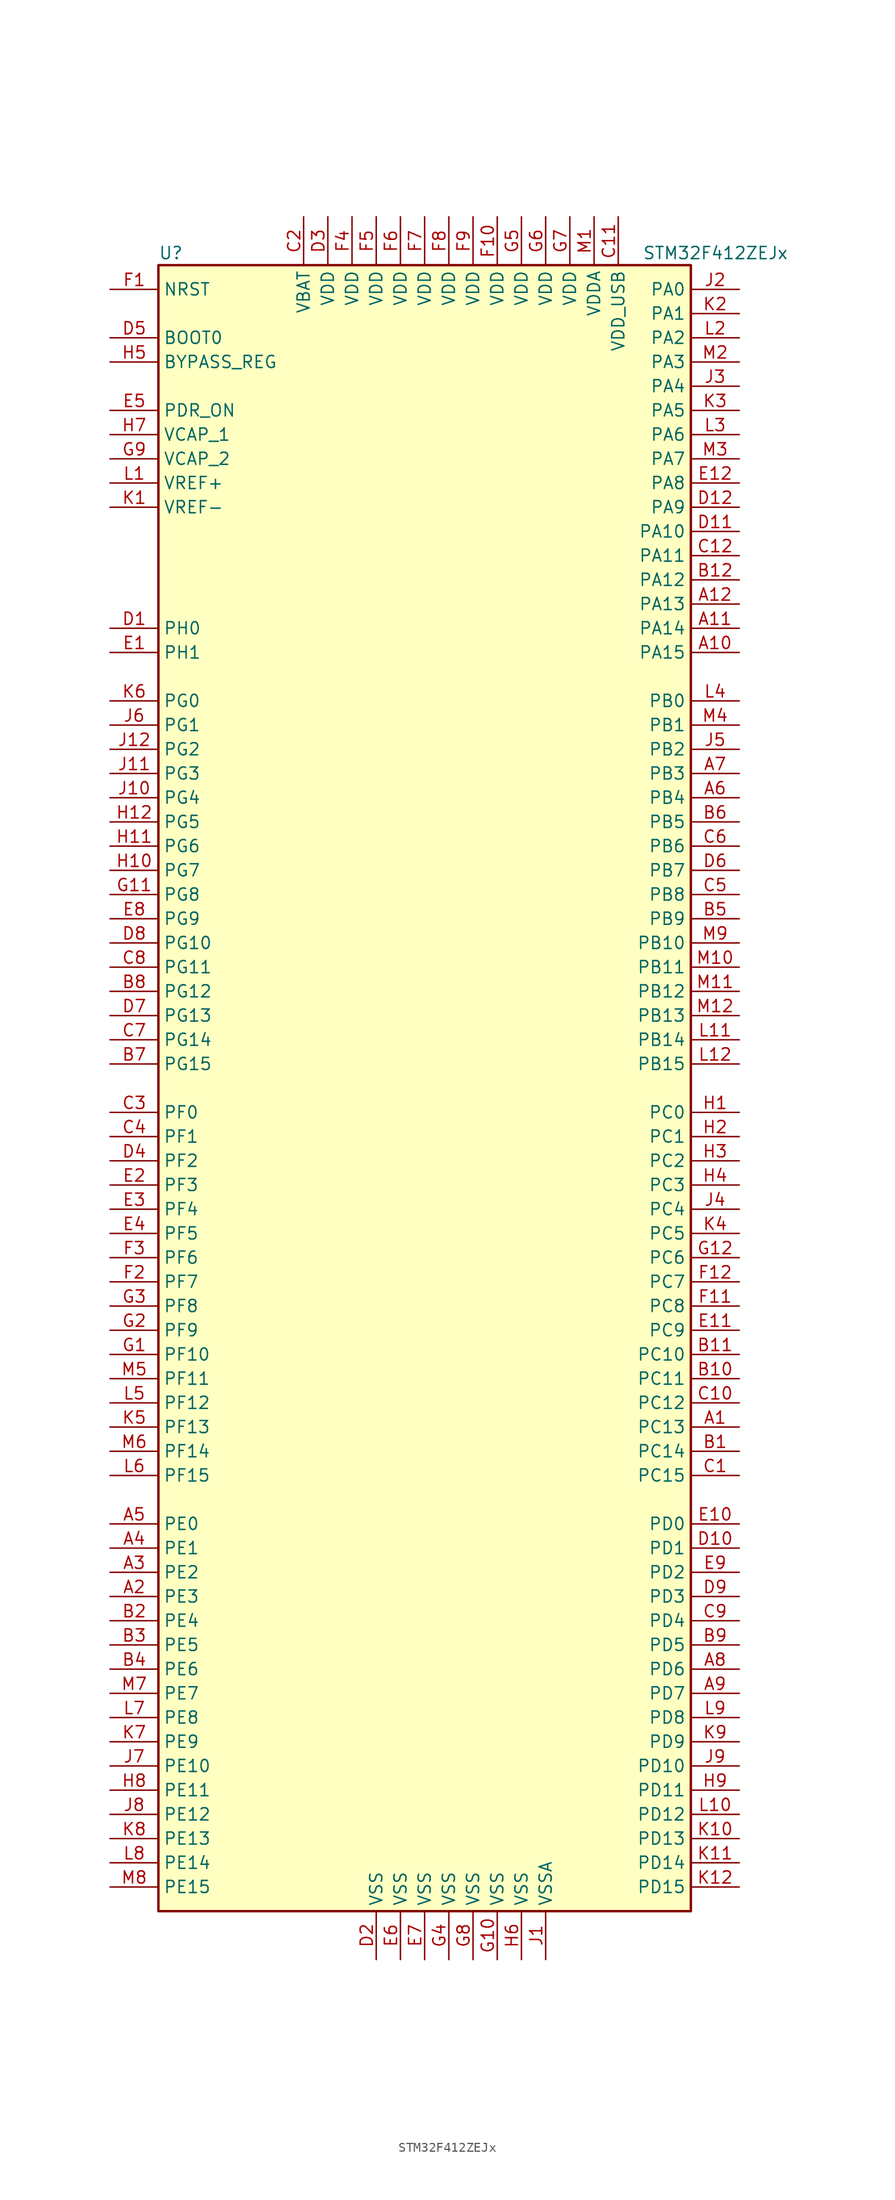
<source format=kicad_sym>
(kicad_symbol_lib
  (version 20201005)
  (generator kicad_symbol_editor)
  (symbol "STM32F412ZEJx"
    (property "Reference" "U"
      (at -27.94 87.63 0)
      (effects (font (size 1.27 1.27)) (justify left)))
    (property "Value" "STM32F412ZEJx"
      (at 22.86 87.63 0)
      (effects (font (size 1.27 1.27)) (justify left)))
    (symbol "STM32F412ZEJx_0_1"
      (rectangle (start -27.94 -86.36) (end 27.94 86.36) (stroke (width 0.254)) (fill (type background))))
    (symbol "STM32F412ZEJx_1_1"
      (pin bidirectional line (at 33.02 -35.56 180) (length 5.08) (name "PC13" (effects (font (size 1.27 1.27)))) (number "A1" (effects (font (size 1.27 1.27)))))
      (pin bidirectional line (at 33.02 45.72 180) (length 5.08) (name "PA15" (effects (font (size 1.27 1.27)))) (number "A10" (effects (font (size 1.27 1.27)))))
      (pin bidirectional line (at 33.02 48.26 180) (length 5.08) (name "PA14" (effects (font (size 1.27 1.27)))) (number "A11" (effects (font (size 1.27 1.27)))))
      (pin bidirectional line (at 33.02 50.8 180) (length 5.08) (name "PA13" (effects (font (size 1.27 1.27)))) (number "A12" (effects (font (size 1.27 1.27)))))
      (pin bidirectional line (at -33.02 -53.34 0) (length 5.08) (name "PE3" (effects (font (size 1.27 1.27)))) (number "A2" (effects (font (size 1.27 1.27)))))
      (pin bidirectional line (at -33.02 -50.8 0) (length 5.08) (name "PE2" (effects (font (size 1.27 1.27)))) (number "A3" (effects (font (size 1.27 1.27)))))
      (pin bidirectional line (at -33.02 -48.26 0) (length 5.08) (name "PE1" (effects (font (size 1.27 1.27)))) (number "A4" (effects (font (size 1.27 1.27)))))
      (pin bidirectional line (at -33.02 -45.72 0) (length 5.08) (name "PE0" (effects (font (size 1.27 1.27)))) (number "A5" (effects (font (size 1.27 1.27)))))
      (pin bidirectional line (at 33.02 30.48 180) (length 5.08) (name "PB4" (effects (font (size 1.27 1.27)))) (number "A6" (effects (font (size 1.27 1.27)))))
      (pin bidirectional line (at 33.02 33.02 180) (length 5.08) (name "PB3" (effects (font (size 1.27 1.27)))) (number "A7" (effects (font (size 1.27 1.27)))))
      (pin bidirectional line (at 33.02 -60.96 180) (length 5.08) (name "PD6" (effects (font (size 1.27 1.27)))) (number "A8" (effects (font (size 1.27 1.27)))))
      (pin bidirectional line (at 33.02 -63.5 180) (length 5.08) (name "PD7" (effects (font (size 1.27 1.27)))) (number "A9" (effects (font (size 1.27 1.27)))))
      (pin bidirectional line (at 33.02 -38.1 180) (length 5.08) (name "PC14" (effects (font (size 1.27 1.27)))) (number "B1" (effects (font (size 1.27 1.27)))))
      (pin bidirectional line (at 33.02 -30.48 180) (length 5.08) (name "PC11" (effects (font (size 1.27 1.27)))) (number "B10" (effects (font (size 1.27 1.27)))))
      (pin bidirectional line (at 33.02 -27.94 180) (length 5.08) (name "PC10" (effects (font (size 1.27 1.27)))) (number "B11" (effects (font (size 1.27 1.27)))))
      (pin bidirectional line (at 33.02 53.34 180) (length 5.08) (name "PA12" (effects (font (size 1.27 1.27)))) (number "B12" (effects (font (size 1.27 1.27)))))
      (pin bidirectional line (at -33.02 -55.88 0) (length 5.08) (name "PE4" (effects (font (size 1.27 1.27)))) (number "B2" (effects (font (size 1.27 1.27)))))
      (pin bidirectional line (at -33.02 -58.42 0) (length 5.08) (name "PE5" (effects (font (size 1.27 1.27)))) (number "B3" (effects (font (size 1.27 1.27)))))
      (pin bidirectional line (at -33.02 -60.96 0) (length 5.08) (name "PE6" (effects (font (size 1.27 1.27)))) (number "B4" (effects (font (size 1.27 1.27)))))
      (pin bidirectional line (at 33.02 17.78 180) (length 5.08) (name "PB9" (effects (font (size 1.27 1.27)))) (number "B5" (effects (font (size 1.27 1.27)))))
      (pin bidirectional line (at 33.02 27.94 180) (length 5.08) (name "PB5" (effects (font (size 1.27 1.27)))) (number "B6" (effects (font (size 1.27 1.27)))))
      (pin bidirectional line (at -33.02 2.54 0) (length 5.08) (name "PG15" (effects (font (size 1.27 1.27)))) (number "B7" (effects (font (size 1.27 1.27)))))
      (pin bidirectional line (at -33.02 10.16 0) (length 5.08) (name "PG12" (effects (font (size 1.27 1.27)))) (number "B8" (effects (font (size 1.27 1.27)))))
      (pin bidirectional line (at 33.02 -58.42 180) (length 5.08) (name "PD5" (effects (font (size 1.27 1.27)))) (number "B9" (effects (font (size 1.27 1.27)))))
      (pin bidirectional line (at 33.02 -40.64 180) (length 5.08) (name "PC15" (effects (font (size 1.27 1.27)))) (number "C1" (effects (font (size 1.27 1.27)))))
      (pin bidirectional line (at 33.02 -33.02 180) (length 5.08) (name "PC12" (effects (font (size 1.27 1.27)))) (number "C10" (effects (font (size 1.27 1.27)))))
      (pin power_in line (at 20.32 91.44 270) (length 5.08) (name "VDD_USB" (effects (font (size 1.27 1.27)))) (number "C11" (effects (font (size 1.27 1.27)))))
      (pin bidirectional line (at 33.02 55.88 180) (length 5.08) (name "PA11" (effects (font (size 1.27 1.27)))) (number "C12" (effects (font (size 1.27 1.27)))))
      (pin power_in line (at -12.7 91.44 270) (length 5.08) (name "VBAT" (effects (font (size 1.27 1.27)))) (number "C2" (effects (font (size 1.27 1.27)))))
      (pin bidirectional line (at -33.02 -2.54 0) (length 5.08) (name "PF0" (effects (font (size 1.27 1.27)))) (number "C3" (effects (font (size 1.27 1.27)))))
      (pin bidirectional line (at -33.02 -5.08 0) (length 5.08) (name "PF1" (effects (font (size 1.27 1.27)))) (number "C4" (effects (font (size 1.27 1.27)))))
      (pin bidirectional line (at 33.02 20.32 180) (length 5.08) (name "PB8" (effects (font (size 1.27 1.27)))) (number "C5" (effects (font (size 1.27 1.27)))))
      (pin bidirectional line (at 33.02 25.4 180) (length 5.08) (name "PB6" (effects (font (size 1.27 1.27)))) (number "C6" (effects (font (size 1.27 1.27)))))
      (pin bidirectional line (at -33.02 5.08 0) (length 5.08) (name "PG14" (effects (font (size 1.27 1.27)))) (number "C7" (effects (font (size 1.27 1.27)))))
      (pin bidirectional line (at -33.02 12.7 0) (length 5.08) (name "PG11" (effects (font (size 1.27 1.27)))) (number "C8" (effects (font (size 1.27 1.27)))))
      (pin bidirectional line (at 33.02 -55.88 180) (length 5.08) (name "PD4" (effects (font (size 1.27 1.27)))) (number "C9" (effects (font (size 1.27 1.27)))))
      (pin input line (at -33.02 48.26 0) (length 5.08) (name "PH0" (effects (font (size 1.27 1.27)))) (number "D1" (effects (font (size 1.27 1.27)))))
      (pin bidirectional line (at 33.02 -48.26 180) (length 5.08) (name "PD1" (effects (font (size 1.27 1.27)))) (number "D10" (effects (font (size 1.27 1.27)))))
      (pin bidirectional line (at 33.02 58.42 180) (length 5.08) (name "PA10" (effects (font (size 1.27 1.27)))) (number "D11" (effects (font (size 1.27 1.27)))))
      (pin bidirectional line (at 33.02 60.96 180) (length 5.08) (name "PA9" (effects (font (size 1.27 1.27)))) (number "D12" (effects (font (size 1.27 1.27)))))
      (pin power_in line (at -5.08 -91.44 90) (length 5.08) (name "VSS" (effects (font (size 1.27 1.27)))) (number "D2" (effects (font (size 1.27 1.27)))))
      (pin power_in line (at -10.16 91.44 270) (length 5.08) (name "VDD" (effects (font (size 1.27 1.27)))) (number "D3" (effects (font (size 1.27 1.27)))))
      (pin bidirectional line (at -33.02 -7.62 0) (length 5.08) (name "PF2" (effects (font (size 1.27 1.27)))) (number "D4" (effects (font (size 1.27 1.27)))))
      (pin input line (at -33.02 78.74 0) (length 5.08) (name "BOOT0" (effects (font (size 1.27 1.27)))) (number "D5" (effects (font (size 1.27 1.27)))))
      (pin bidirectional line (at 33.02 22.86 180) (length 5.08) (name "PB7" (effects (font (size 1.27 1.27)))) (number "D6" (effects (font (size 1.27 1.27)))))
      (pin bidirectional line (at -33.02 7.62 0) (length 5.08) (name "PG13" (effects (font (size 1.27 1.27)))) (number "D7" (effects (font (size 1.27 1.27)))))
      (pin bidirectional line (at -33.02 15.24 0) (length 5.08) (name "PG10" (effects (font (size 1.27 1.27)))) (number "D8" (effects (font (size 1.27 1.27)))))
      (pin bidirectional line (at 33.02 -53.34 180) (length 5.08) (name "PD3" (effects (font (size 1.27 1.27)))) (number "D9" (effects (font (size 1.27 1.27)))))
      (pin input line (at -33.02 45.72 0) (length 5.08) (name "PH1" (effects (font (size 1.27 1.27)))) (number "E1" (effects (font (size 1.27 1.27)))))
      (pin bidirectional line (at 33.02 -45.72 180) (length 5.08) (name "PD0" (effects (font (size 1.27 1.27)))) (number "E10" (effects (font (size 1.27 1.27)))))
      (pin bidirectional line (at 33.02 -25.4 180) (length 5.08) (name "PC9" (effects (font (size 1.27 1.27)))) (number "E11" (effects (font (size 1.27 1.27)))))
      (pin bidirectional line (at 33.02 63.5 180) (length 5.08) (name "PA8" (effects (font (size 1.27 1.27)))) (number "E12" (effects (font (size 1.27 1.27)))))
      (pin bidirectional line (at -33.02 -10.16 0) (length 5.08) (name "PF3" (effects (font (size 1.27 1.27)))) (number "E2" (effects (font (size 1.27 1.27)))))
      (pin bidirectional line (at -33.02 -12.7 0) (length 5.08) (name "PF4" (effects (font (size 1.27 1.27)))) (number "E3" (effects (font (size 1.27 1.27)))))
      (pin bidirectional line (at -33.02 -15.24 0) (length 5.08) (name "PF5" (effects (font (size 1.27 1.27)))) (number "E4" (effects (font (size 1.27 1.27)))))
      (pin power_in line (at -33.02 71.12 0) (length 5.08) (name "PDR_ON" (effects (font (size 1.27 1.27)))) (number "E5" (effects (font (size 1.27 1.27)))))
      (pin power_in line (at -2.54 -91.44 90) (length 5.08) (name "VSS" (effects (font (size 1.27 1.27)))) (number "E6" (effects (font (size 1.27 1.27)))))
      (pin power_in line (at 0 -91.44 90) (length 5.08) (name "VSS" (effects (font (size 1.27 1.27)))) (number "E7" (effects (font (size 1.27 1.27)))))
      (pin bidirectional line (at -33.02 17.78 0) (length 5.08) (name "PG9" (effects (font (size 1.27 1.27)))) (number "E8" (effects (font (size 1.27 1.27)))))
      (pin bidirectional line (at 33.02 -50.8 180) (length 5.08) (name "PD2" (effects (font (size 1.27 1.27)))) (number "E9" (effects (font (size 1.27 1.27)))))
      (pin input line (at -33.02 83.82 0) (length 5.08) (name "NRST" (effects (font (size 1.27 1.27)))) (number "F1" (effects (font (size 1.27 1.27)))))
      (pin power_in line (at 7.62 91.44 270) (length 5.08) (name "VDD" (effects (font (size 1.27 1.27)))) (number "F10" (effects (font (size 1.27 1.27)))))
      (pin bidirectional line (at 33.02 -22.86 180) (length 5.08) (name "PC8" (effects (font (size 1.27 1.27)))) (number "F11" (effects (font (size 1.27 1.27)))))
      (pin bidirectional line (at 33.02 -20.32 180) (length 5.08) (name "PC7" (effects (font (size 1.27 1.27)))) (number "F12" (effects (font (size 1.27 1.27)))))
      (pin bidirectional line (at -33.02 -20.32 0) (length 5.08) (name "PF7" (effects (font (size 1.27 1.27)))) (number "F2" (effects (font (size 1.27 1.27)))))
      (pin bidirectional line (at -33.02 -17.78 0) (length 5.08) (name "PF6" (effects (font (size 1.27 1.27)))) (number "F3" (effects (font (size 1.27 1.27)))))
      (pin power_in line (at -7.62 91.44 270) (length 5.08) (name "VDD" (effects (font (size 1.27 1.27)))) (number "F4" (effects (font (size 1.27 1.27)))))
      (pin power_in line (at -5.08 91.44 270) (length 5.08) (name "VDD" (effects (font (size 1.27 1.27)))) (number "F5" (effects (font (size 1.27 1.27)))))
      (pin power_in line (at -2.54 91.44 270) (length 5.08) (name "VDD" (effects (font (size 1.27 1.27)))) (number "F6" (effects (font (size 1.27 1.27)))))
      (pin power_in line (at 0 91.44 270) (length 5.08) (name "VDD" (effects (font (size 1.27 1.27)))) (number "F7" (effects (font (size 1.27 1.27)))))
      (pin power_in line (at 2.54 91.44 270) (length 5.08) (name "VDD" (effects (font (size 1.27 1.27)))) (number "F8" (effects (font (size 1.27 1.27)))))
      (pin power_in line (at 5.08 91.44 270) (length 5.08) (name "VDD" (effects (font (size 1.27 1.27)))) (number "F9" (effects (font (size 1.27 1.27)))))
      (pin bidirectional line (at -33.02 -27.94 0) (length 5.08) (name "PF10" (effects (font (size 1.27 1.27)))) (number "G1" (effects (font (size 1.27 1.27)))))
      (pin power_in line (at 7.62 -91.44 90) (length 5.08) (name "VSS" (effects (font (size 1.27 1.27)))) (number "G10" (effects (font (size 1.27 1.27)))))
      (pin bidirectional line (at -33.02 20.32 0) (length 5.08) (name "PG8" (effects (font (size 1.27 1.27)))) (number "G11" (effects (font (size 1.27 1.27)))))
      (pin bidirectional line (at 33.02 -17.78 180) (length 5.08) (name "PC6" (effects (font (size 1.27 1.27)))) (number "G12" (effects (font (size 1.27 1.27)))))
      (pin bidirectional line (at -33.02 -25.4 0) (length 5.08) (name "PF9" (effects (font (size 1.27 1.27)))) (number "G2" (effects (font (size 1.27 1.27)))))
      (pin bidirectional line (at -33.02 -22.86 0) (length 5.08) (name "PF8" (effects (font (size 1.27 1.27)))) (number "G3" (effects (font (size 1.27 1.27)))))
      (pin power_in line (at 2.54 -91.44 90) (length 5.08) (name "VSS" (effects (font (size 1.27 1.27)))) (number "G4" (effects (font (size 1.27 1.27)))))
      (pin power_in line (at 10.16 91.44 270) (length 5.08) (name "VDD" (effects (font (size 1.27 1.27)))) (number "G5" (effects (font (size 1.27 1.27)))))
      (pin power_in line (at 12.7 91.44 270) (length 5.08) (name "VDD" (effects (font (size 1.27 1.27)))) (number "G6" (effects (font (size 1.27 1.27)))))
      (pin power_in line (at 15.24 91.44 270) (length 5.08) (name "VDD" (effects (font (size 1.27 1.27)))) (number "G7" (effects (font (size 1.27 1.27)))))
      (pin power_in line (at 5.08 -91.44 90) (length 5.08) (name "VSS" (effects (font (size 1.27 1.27)))) (number "G8" (effects (font (size 1.27 1.27)))))
      (pin power_in line (at -33.02 66.04 0) (length 5.08) (name "VCAP_2" (effects (font (size 1.27 1.27)))) (number "G9" (effects (font (size 1.27 1.27)))))
      (pin bidirectional line (at 33.02 -2.54 180) (length 5.08) (name "PC0" (effects (font (size 1.27 1.27)))) (number "H1" (effects (font (size 1.27 1.27)))))
      (pin bidirectional line (at -33.02 22.86 0) (length 5.08) (name "PG7" (effects (font (size 1.27 1.27)))) (number "H10" (effects (font (size 1.27 1.27)))))
      (pin bidirectional line (at -33.02 25.4 0) (length 5.08) (name "PG6" (effects (font (size 1.27 1.27)))) (number "H11" (effects (font (size 1.27 1.27)))))
      (pin bidirectional line (at -33.02 27.94 0) (length 5.08) (name "PG5" (effects (font (size 1.27 1.27)))) (number "H12" (effects (font (size 1.27 1.27)))))
      (pin bidirectional line (at 33.02 -5.08 180) (length 5.08) (name "PC1" (effects (font (size 1.27 1.27)))) (number "H2" (effects (font (size 1.27 1.27)))))
      (pin bidirectional line (at 33.02 -7.62 180) (length 5.08) (name "PC2" (effects (font (size 1.27 1.27)))) (number "H3" (effects (font (size 1.27 1.27)))))
      (pin bidirectional line (at 33.02 -10.16 180) (length 5.08) (name "PC3" (effects (font (size 1.27 1.27)))) (number "H4" (effects (font (size 1.27 1.27)))))
      (pin input line (at -33.02 76.2 0) (length 5.08) (name "BYPASS_REG" (effects (font (size 1.27 1.27)))) (number "H5" (effects (font (size 1.27 1.27)))))
      (pin power_in line (at 10.16 -91.44 90) (length 5.08) (name "VSS" (effects (font (size 1.27 1.27)))) (number "H6" (effects (font (size 1.27 1.27)))))
      (pin power_in line (at -33.02 68.58 0) (length 5.08) (name "VCAP_1" (effects (font (size 1.27 1.27)))) (number "H7" (effects (font (size 1.27 1.27)))))
      (pin bidirectional line (at -33.02 -73.66 0) (length 5.08) (name "PE11" (effects (font (size 1.27 1.27)))) (number "H8" (effects (font (size 1.27 1.27)))))
      (pin bidirectional line (at 33.02 -73.66 180) (length 5.08) (name "PD11" (effects (font (size 1.27 1.27)))) (number "H9" (effects (font (size 1.27 1.27)))))
      (pin power_in line (at 12.7 -91.44 90) (length 5.08) (name "VSSA" (effects (font (size 1.27 1.27)))) (number "J1" (effects (font (size 1.27 1.27)))))
      (pin bidirectional line (at -33.02 30.48 0) (length 5.08) (name "PG4" (effects (font (size 1.27 1.27)))) (number "J10" (effects (font (size 1.27 1.27)))))
      (pin bidirectional line (at -33.02 33.02 0) (length 5.08) (name "PG3" (effects (font (size 1.27 1.27)))) (number "J11" (effects (font (size 1.27 1.27)))))
      (pin bidirectional line (at -33.02 35.56 0) (length 5.08) (name "PG2" (effects (font (size 1.27 1.27)))) (number "J12" (effects (font (size 1.27 1.27)))))
      (pin bidirectional line (at 33.02 83.82 180) (length 5.08) (name "PA0" (effects (font (size 1.27 1.27)))) (number "J2" (effects (font (size 1.27 1.27)))))
      (pin bidirectional line (at 33.02 73.66 180) (length 5.08) (name "PA4" (effects (font (size 1.27 1.27)))) (number "J3" (effects (font (size 1.27 1.27)))))
      (pin bidirectional line (at 33.02 -12.7 180) (length 5.08) (name "PC4" (effects (font (size 1.27 1.27)))) (number "J4" (effects (font (size 1.27 1.27)))))
      (pin bidirectional line (at 33.02 35.56 180) (length 5.08) (name "PB2" (effects (font (size 1.27 1.27)))) (number "J5" (effects (font (size 1.27 1.27)))))
      (pin bidirectional line (at -33.02 38.1 0) (length 5.08) (name "PG1" (effects (font (size 1.27 1.27)))) (number "J6" (effects (font (size 1.27 1.27)))))
      (pin bidirectional line (at -33.02 -71.12 0) (length 5.08) (name "PE10" (effects (font (size 1.27 1.27)))) (number "J7" (effects (font (size 1.27 1.27)))))
      (pin bidirectional line (at -33.02 -76.2 0) (length 5.08) (name "PE12" (effects (font (size 1.27 1.27)))) (number "J8" (effects (font (size 1.27 1.27)))))
      (pin bidirectional line (at 33.02 -71.12 180) (length 5.08) (name "PD10" (effects (font (size 1.27 1.27)))) (number "J9" (effects (font (size 1.27 1.27)))))
      (pin power_in line (at -33.02 60.96 0) (length 5.08) (name "VREF-" (effects (font (size 1.27 1.27)))) (number "K1" (effects (font (size 1.27 1.27)))))
      (pin bidirectional line (at 33.02 -78.74 180) (length 5.08) (name "PD13" (effects (font (size 1.27 1.27)))) (number "K10" (effects (font (size 1.27 1.27)))))
      (pin bidirectional line (at 33.02 -81.28 180) (length 5.08) (name "PD14" (effects (font (size 1.27 1.27)))) (number "K11" (effects (font (size 1.27 1.27)))))
      (pin bidirectional line (at 33.02 -83.82 180) (length 5.08) (name "PD15" (effects (font (size 1.27 1.27)))) (number "K12" (effects (font (size 1.27 1.27)))))
      (pin bidirectional line (at 33.02 81.28 180) (length 5.08) (name "PA1" (effects (font (size 1.27 1.27)))) (number "K2" (effects (font (size 1.27 1.27)))))
      (pin bidirectional line (at 33.02 71.12 180) (length 5.08) (name "PA5" (effects (font (size 1.27 1.27)))) (number "K3" (effects (font (size 1.27 1.27)))))
      (pin bidirectional line (at 33.02 -15.24 180) (length 5.08) (name "PC5" (effects (font (size 1.27 1.27)))) (number "K4" (effects (font (size 1.27 1.27)))))
      (pin bidirectional line (at -33.02 -35.56 0) (length 5.08) (name "PF13" (effects (font (size 1.27 1.27)))) (number "K5" (effects (font (size 1.27 1.27)))))
      (pin bidirectional line (at -33.02 40.64 0) (length 5.08) (name "PG0" (effects (font (size 1.27 1.27)))) (number "K6" (effects (font (size 1.27 1.27)))))
      (pin bidirectional line (at -33.02 -68.58 0) (length 5.08) (name "PE9" (effects (font (size 1.27 1.27)))) (number "K7" (effects (font (size 1.27 1.27)))))
      (pin bidirectional line (at -33.02 -78.74 0) (length 5.08) (name "PE13" (effects (font (size 1.27 1.27)))) (number "K8" (effects (font (size 1.27 1.27)))))
      (pin bidirectional line (at 33.02 -68.58 180) (length 5.08) (name "PD9" (effects (font (size 1.27 1.27)))) (number "K9" (effects (font (size 1.27 1.27)))))
      (pin power_in line (at -33.02 63.5 0) (length 5.08) (name "VREF+" (effects (font (size 1.27 1.27)))) (number "L1" (effects (font (size 1.27 1.27)))))
      (pin bidirectional line (at 33.02 -76.2 180) (length 5.08) (name "PD12" (effects (font (size 1.27 1.27)))) (number "L10" (effects (font (size 1.27 1.27)))))
      (pin bidirectional line (at 33.02 5.08 180) (length 5.08) (name "PB14" (effects (font (size 1.27 1.27)))) (number "L11" (effects (font (size 1.27 1.27)))))
      (pin bidirectional line (at 33.02 2.54 180) (length 5.08) (name "PB15" (effects (font (size 1.27 1.27)))) (number "L12" (effects (font (size 1.27 1.27)))))
      (pin bidirectional line (at 33.02 78.74 180) (length 5.08) (name "PA2" (effects (font (size 1.27 1.27)))) (number "L2" (effects (font (size 1.27 1.27)))))
      (pin bidirectional line (at 33.02 68.58 180) (length 5.08) (name "PA6" (effects (font (size 1.27 1.27)))) (number "L3" (effects (font (size 1.27 1.27)))))
      (pin bidirectional line (at 33.02 40.64 180) (length 5.08) (name "PB0" (effects (font (size 1.27 1.27)))) (number "L4" (effects (font (size 1.27 1.27)))))
      (pin bidirectional line (at -33.02 -33.02 0) (length 5.08) (name "PF12" (effects (font (size 1.27 1.27)))) (number "L5" (effects (font (size 1.27 1.27)))))
      (pin bidirectional line (at -33.02 -40.64 0) (length 5.08) (name "PF15" (effects (font (size 1.27 1.27)))) (number "L6" (effects (font (size 1.27 1.27)))))
      (pin bidirectional line (at -33.02 -66.04 0) (length 5.08) (name "PE8" (effects (font (size 1.27 1.27)))) (number "L7" (effects (font (size 1.27 1.27)))))
      (pin bidirectional line (at -33.02 -81.28 0) (length 5.08) (name "PE14" (effects (font (size 1.27 1.27)))) (number "L8" (effects (font (size 1.27 1.27)))))
      (pin bidirectional line (at 33.02 -66.04 180) (length 5.08) (name "PD8" (effects (font (size 1.27 1.27)))) (number "L9" (effects (font (size 1.27 1.27)))))
      (pin power_in line (at 17.78 91.44 270) (length 5.08) (name "VDDA" (effects (font (size 1.27 1.27)))) (number "M1" (effects (font (size 1.27 1.27)))))
      (pin bidirectional line (at 33.02 12.7 180) (length 5.08) (name "PB11" (effects (font (size 1.27 1.27)))) (number "M10" (effects (font (size 1.27 1.27)))))
      (pin bidirectional line (at 33.02 10.16 180) (length 5.08) (name "PB12" (effects (font (size 1.27 1.27)))) (number "M11" (effects (font (size 1.27 1.27)))))
      (pin bidirectional line (at 33.02 7.62 180) (length 5.08) (name "PB13" (effects (font (size 1.27 1.27)))) (number "M12" (effects (font (size 1.27 1.27)))))
      (pin bidirectional line (at 33.02 76.2 180) (length 5.08) (name "PA3" (effects (font (size 1.27 1.27)))) (number "M2" (effects (font (size 1.27 1.27)))))
      (pin bidirectional line (at 33.02 66.04 180) (length 5.08) (name "PA7" (effects (font (size 1.27 1.27)))) (number "M3" (effects (font (size 1.27 1.27)))))
      (pin bidirectional line (at 33.02 38.1 180) (length 5.08) (name "PB1" (effects (font (size 1.27 1.27)))) (number "M4" (effects (font (size 1.27 1.27)))))
      (pin bidirectional line (at -33.02 -30.48 0) (length 5.08) (name "PF11" (effects (font (size 1.27 1.27)))) (number "M5" (effects (font (size 1.27 1.27)))))
      (pin bidirectional line (at -33.02 -38.1 0) (length 5.08) (name "PF14" (effects (font (size 1.27 1.27)))) (number "M6" (effects (font (size 1.27 1.27)))))
      (pin bidirectional line (at -33.02 -63.5 0) (length 5.08) (name "PE7" (effects (font (size 1.27 1.27)))) (number "M7" (effects (font (size 1.27 1.27)))))
      (pin bidirectional line (at -33.02 -83.82 0) (length 5.08) (name "PE15" (effects (font (size 1.27 1.27)))) (number "M8" (effects (font (size 1.27 1.27)))))
      (pin bidirectional line (at 33.02 15.24 180) (length 5.08) (name "PB10" (effects (font (size 1.27 1.27)))) (number "M9" (effects (font (size 1.27 1.27))))))))
</source>
